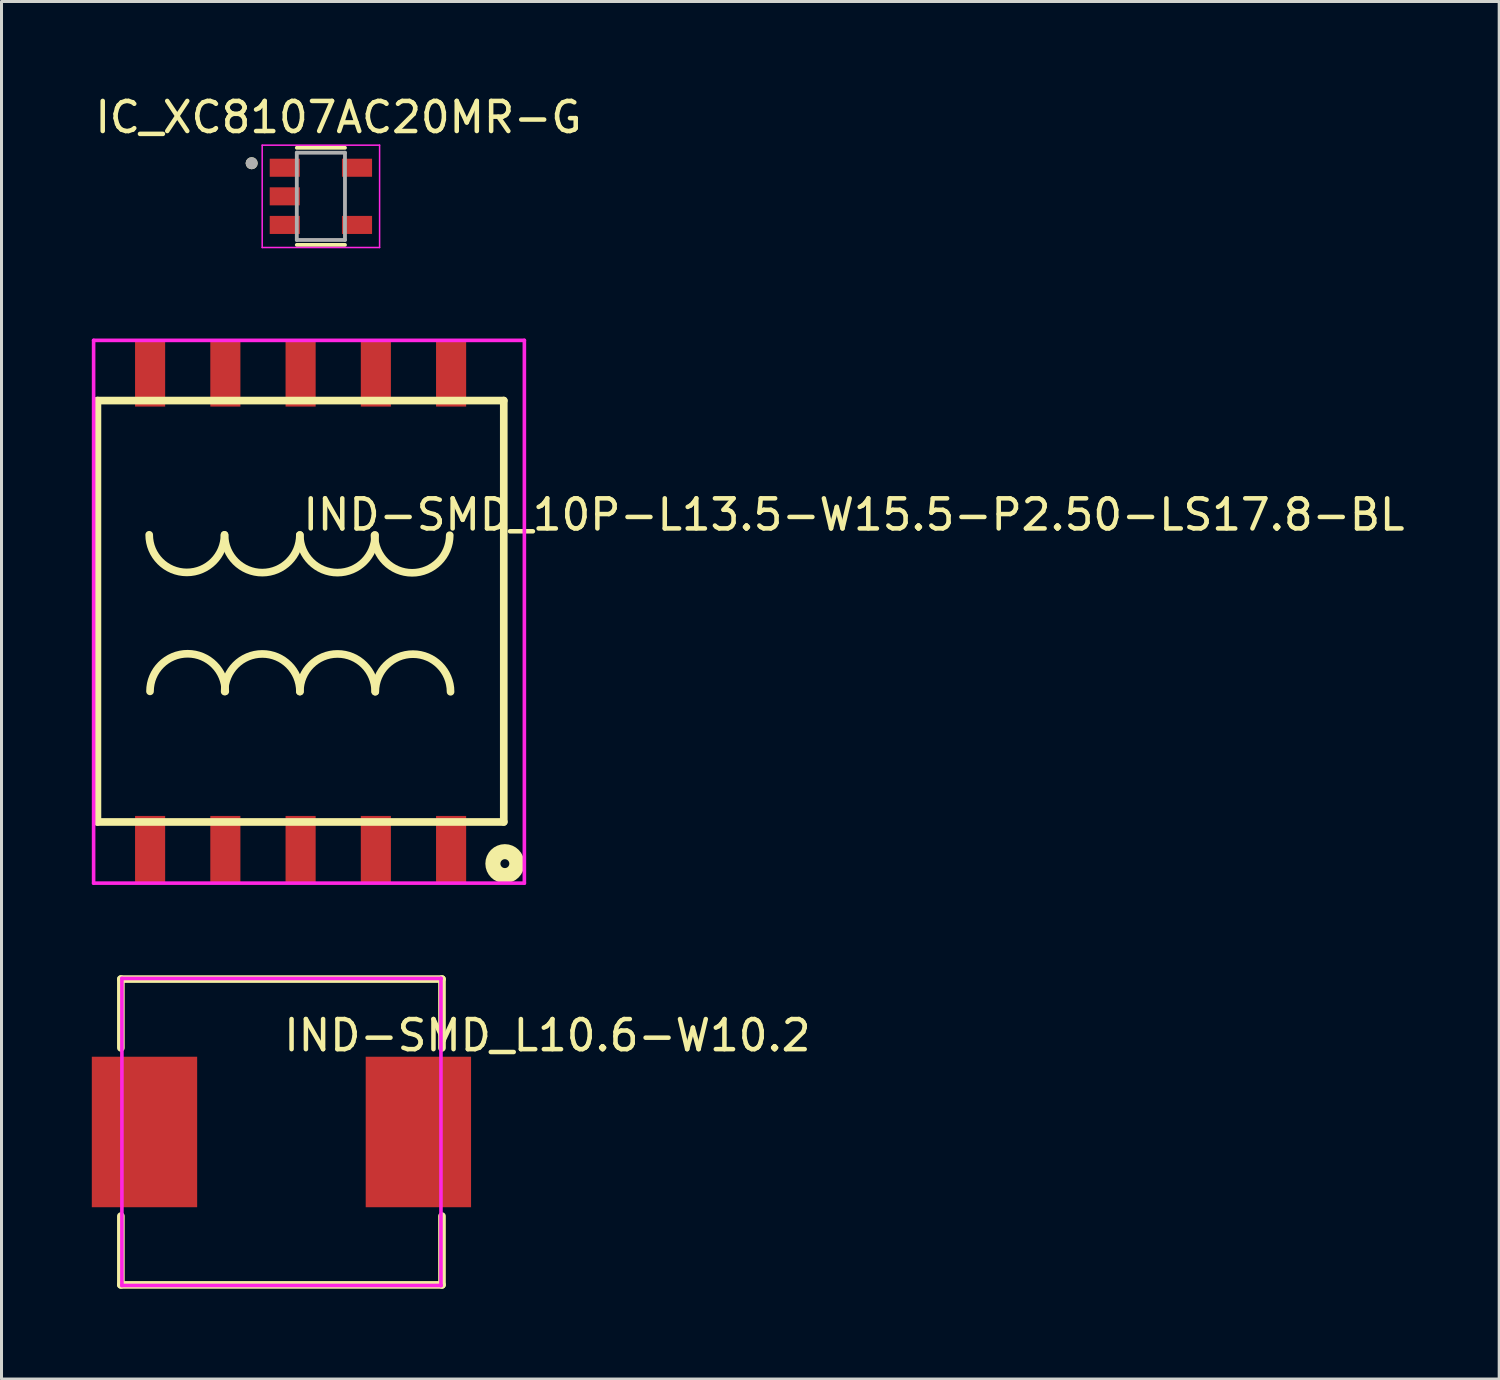
<source format=kicad_pcb>
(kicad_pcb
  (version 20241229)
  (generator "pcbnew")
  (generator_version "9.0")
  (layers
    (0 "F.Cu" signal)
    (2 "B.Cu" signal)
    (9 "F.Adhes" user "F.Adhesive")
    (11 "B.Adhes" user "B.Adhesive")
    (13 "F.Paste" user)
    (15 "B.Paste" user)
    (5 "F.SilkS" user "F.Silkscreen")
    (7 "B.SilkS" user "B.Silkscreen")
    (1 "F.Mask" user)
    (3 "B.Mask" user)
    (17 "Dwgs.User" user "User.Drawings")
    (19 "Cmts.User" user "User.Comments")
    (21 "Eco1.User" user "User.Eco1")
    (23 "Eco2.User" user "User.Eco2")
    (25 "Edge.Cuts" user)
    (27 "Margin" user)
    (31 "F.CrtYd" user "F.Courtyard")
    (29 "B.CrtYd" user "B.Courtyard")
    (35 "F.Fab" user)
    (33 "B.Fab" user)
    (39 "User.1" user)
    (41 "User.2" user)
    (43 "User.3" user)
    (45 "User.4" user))
  (footprint "IND-SMD_L10.6-W10.2"
    (layer "F.Cu")
    (at 6.3 34.558)
    (property "Reference" "IND-SMD_L10.6-W10.2" (at 0 -3.207 0) (layer "F.SilkS") (effects (font (size 1 1) (thickness 0.15)) (justify left)))
    (attr through_hole)
    (fp_line (start -5.334 -5.08) (end 5.334 -5.08) (stroke (width 0.254) (type solid)) (layer "F.SilkS"))
    (fp_line (start -5.334 -2.794) (end -5.334 -5.08) (stroke (width 0.254) (type solid)) (layer "F.SilkS"))
    (fp_line (start -5.334 5.08) (end -5.334 2.794) (stroke (width 0.254) (type solid)) (layer "F.SilkS"))
    (fp_line (start 5.334 -5.08) (end 5.334 -2.794) (stroke (width 0.254) (type solid)) (layer "F.SilkS"))
    (fp_line (start 5.334 2.794) (end 5.334 5.08) (stroke (width 0.254) (type solid)) (layer "F.SilkS"))
    (fp_line (start 5.334 5.08) (end -5.334 5.08) (stroke (width 0.254) (type solid)) (layer "F.SilkS"))
    (fp_circle (center -5.3 5.1) (end -5.27 5.1) (stroke (width 0.06) (type solid)) (fill no) (layer "Eco2.User"))
    (fp_poly (pts (xy -5.3 -1.5) (xy -3.3 -1.5) (xy -3.3 1.5) (xy -5.3 1.5)) (stroke (width 0.12) (type solid)) (fill no) (layer "Eco2.User"))
    (fp_poly (pts (xy 3.3 -1.5) (xy 5.3 -1.5) (xy 5.3 1.5) (xy 3.3 1.5)) (stroke (width 0.12) (type solid)) (fill no) (layer "Eco2.User"))
    (fp_line (start -5.3 -5.1) (end -5.3 5.1) (stroke (width 0.12) (type solid)) (layer "F.CrtYd"))
    (fp_line (start -5.3 5.1) (end 5.3 5.1) (stroke (width 0.12) (type solid)) (layer "F.CrtYd"))
    (fp_line (start 5.3 -5.1) (end -5.3 -5.1) (stroke (width 0.12) (type solid)) (layer "F.CrtYd"))
    (fp_line (start 5.3 -5.1) (end 5.3 -5.1) (stroke (width 0.12) (type solid)) (layer "F.CrtYd"))
    (fp_line (start 5.3 5.1) (end 5.3 -5.1) (stroke (width 0.12) (type solid)) (layer "F.CrtYd"))
    (fp_line (start 5.3 5.1) (end 5.3 5.1) (stroke (width 0.12) (type solid)) (layer "F.CrtYd"))
    (pad "1" smd rect (at -4.55 0) (size 3.5 5) (layers "F.Cu" "F.Mask" "F.Paste"))
    (pad "2" smd rect (at 4.55 0) (size 3.5 5) (layers "F.Cu" "F.Mask" "F.Paste")))
  (footprint "IC_XC8107AC20MR-G"
    (layer "F.Cu")
    (at 7.611 3.473)
    (property "Reference" "IC_XC8107AC20MR-G" (at 0.585 -2.625 0) (layer "F.SilkS") (effects (font (size 1 1) (thickness 0.15))))
    (attr smd)
    (fp_line (start -0.8 -1.613) (end 0.8 -1.613) (stroke (width 0.127) (type solid)) (layer "F.SilkS"))
    (fp_line (start -0.8 1.613) (end 0.8 1.613) (stroke (width 0.127) (type solid)) (layer "F.SilkS"))
    (fp_circle (center -2.3 -1.1) (end -2.2 -1.1) (stroke (width 0.2) (type solid)) (fill no) (layer "F.SilkS"))
    (fp_line (start -1.95 -1.7) (end 1.95 -1.7) (stroke (width 0.05) (type solid)) (layer "F.CrtYd"))
    (fp_line (start -1.95 1.7) (end -1.95 -1.7) (stroke (width 0.05) (type solid)) (layer "F.CrtYd"))
    (fp_line (start 1.95 -1.7) (end 1.95 1.7) (stroke (width 0.05) (type solid)) (layer "F.CrtYd"))
    (fp_line (start 1.95 1.7) (end -1.95 1.7) (stroke (width 0.05) (type solid)) (layer "F.CrtYd"))
    (fp_line (start -0.8 -1.45) (end 0.8 -1.45) (stroke (width 0.127) (type solid)) (layer "F.Fab"))
    (fp_line (start -0.8 1.45) (end -0.8 -1.45) (stroke (width 0.127) (type solid)) (layer "F.Fab"))
    (fp_line (start 0.8 -1.45) (end 0.8 1.45) (stroke (width 0.127) (type solid)) (layer "F.Fab"))
    (fp_line (start 0.8 1.45) (end -0.8 1.45) (stroke (width 0.127) (type solid)) (layer "F.Fab"))
    (fp_circle (center -2.3 -1.1) (end -2.2 -1.1) (stroke (width 0.2) (type solid)) (fill no) (layer "F.Fab"))
    (pad "1" smd rect (at -1.2 -0.95) (size 1 0.6) (layers "F.Cu" "F.Mask" "F.Paste"))
    (pad "2" smd rect (at -1.2 0) (size 1 0.6) (layers "F.Cu" "F.Mask" "F.Paste"))
    (pad "3" smd rect (at -1.2 0.95) (size 1 0.6) (layers "F.Cu" "F.Mask" "F.Paste"))
    (pad "4" smd rect (at 1.2 0.95) (size 1 0.6) (layers "F.Cu" "F.Mask" "F.Paste"))
    (pad "5" smd rect (at 1.2 -0.95) (size 1 0.6) (layers "F.Cu" "F.Mask" "F.Paste")))
  (footprint "IND-SMD_10P-L13.5-W15.5-P2.50-LS17.8-BL"
    (layer "F.Cu")
    (at 6.937 17.258)
    (property "Reference" "IND-SMD_10P-L13.5-W15.5-P2.50-LS17.8-BL" (at 0 -3.207 0) (layer "F.SilkS") (effects (font (size 1 1) (thickness 0.15)) (justify left)))
    (attr through_hole)
    (fp_line (start -6.75 -7) (end 6.75 -7) (stroke (width 0.254) (type solid)) (layer "F.SilkS"))
    (fp_line (start -6.75 7) (end -6.75 -7) (stroke (width 0.254) (type solid)) (layer "F.SilkS"))
    (fp_line (start 6.75 -7) (end 6.75 7) (stroke (width 0.254) (type solid)) (layer "F.SilkS"))
    (fp_line (start 6.75 7) (end -6.75 7) (stroke (width 0.254) (type solid)) (layer "F.SilkS"))
    (fp_arc (start -5.003003 2.661269) (mid -3.752634 1.405986) (end -2.503 2.662) (stroke (width 0.254) (type solid)) (layer "F.SilkS"))
    (fp_arc (start -2.529997 -2.540269) (mid -3.780366 -1.284986) (end -5.03 -2.541) (stroke (width 0.254) (type solid)) (layer "F.SilkS"))
    (fp_arc (start -2.522994 2.668269) (mid -1.273635 1.41199) (end -0.023 2.667) (stroke (width 0.254) (type solid)) (layer "F.SilkS"))
    (fp_arc (start -0.025006 -2.534269) (mid -1.274365 -1.27799) (end -2.525 -2.533) (stroke (width 0.254) (type solid)) (layer "F.SilkS"))
    (fp_arc (start -0.022994 2.668269) (mid 1.226365 1.41199) (end 2.477 2.667) (stroke (width 0.254) (type solid)) (layer "F.SilkS"))
    (fp_arc (start 2.474994 -2.534269) (mid 1.225635 -1.27799) (end -0.025 -2.533) (stroke (width 0.254) (type solid)) (layer "F.SilkS"))
    (fp_arc (start 2.481997 2.674269) (mid 3.732366 1.418986) (end 4.982 2.675) (stroke (width 0.254) (type solid)) (layer "F.SilkS"))
    (fp_arc (start 4.955003 -2.527269) (mid 3.704634 -1.271986) (end 2.455 -2.528) (stroke (width 0.254) (type solid)) (layer "F.SilkS"))
    (fp_circle (center 6.786 8.385) (end 7.184 8.385) (stroke (width 0.5) (type solid)) (fill no) (layer "F.SilkS"))
    (fp_circle (center 7.434 9.033) (end 7.464 9.033) (stroke (width 0.06) (type solid)) (fill no) (layer "Eco2.User"))
    (fp_poly (pts (xy -4.5 -9) (xy -5.5 -9) (xy -5.5 -6.8) (xy -4.5 -6.8)) (stroke (width 0.12) (type solid)) (fill no) (layer "Eco2.User"))
    (fp_poly (pts (xy -4.5 6.8) (xy -5.5 6.8) (xy -5.5 9) (xy -4.5 9)) (stroke (width 0.12) (type solid)) (fill no) (layer "Eco2.User"))
    (fp_poly (pts (xy -2 -9) (xy -3 -9) (xy -3 -6.8) (xy -2 -6.8)) (stroke (width 0.12) (type solid)) (fill no) (layer "Eco2.User"))
    (fp_poly (pts (xy -2 6.8) (xy -3 6.8) (xy -3 9) (xy -2 9)) (stroke (width 0.12) (type solid)) (fill no) (layer "Eco2.User"))
    (fp_poly (pts (xy 0.5 -9) (xy -0.5 -9) (xy -0.5 -6.8) (xy 0.5 -6.8)) (stroke (width 0.12) (type solid)) (fill no) (layer "Eco2.User"))
    (fp_poly (pts (xy 0.5 6.8) (xy -0.5 6.8) (xy -0.5 9) (xy 0.5 9)) (stroke (width 0.12) (type solid)) (fill no) (layer "Eco2.User"))
    (fp_poly (pts (xy 3 -9) (xy 2 -9) (xy 2 -6.8) (xy 3 -6.8)) (stroke (width 0.12) (type solid)) (fill no) (layer "Eco2.User"))
    (fp_poly (pts (xy 3 6.8) (xy 2 6.8) (xy 2 9) (xy 3 9)) (stroke (width 0.12) (type solid)) (fill no) (layer "Eco2.User"))
    (fp_poly (pts (xy 5.5 -9) (xy 4.5 -9) (xy 4.5 -6.8) (xy 5.5 -6.8)) (stroke (width 0.12) (type solid)) (fill no) (layer "Eco2.User"))
    (fp_poly (pts (xy 5.5 6.8) (xy 4.5 6.8) (xy 4.5 9) (xy 5.5 9)) (stroke (width 0.12) (type solid)) (fill no) (layer "Eco2.User"))
    (fp_line (start -6.877 -9) (end 7.434 -9) (stroke (width 0.12) (type solid)) (layer "F.CrtYd"))
    (fp_line (start -6.877 9.033) (end -6.877 -9) (stroke (width 0.12) (type solid)) (layer "F.CrtYd"))
    (fp_line (start 7.434 -9) (end 7.434 9.033) (stroke (width 0.12) (type solid)) (layer "F.CrtYd"))
    (fp_line (start 7.434 9.033) (end -6.877 9.033) (stroke (width 0.12) (type solid)) (layer "F.CrtYd"))
    (pad "1" smd rect (at 5 7.9) (size 1 2.2) (layers "F.Cu" "F.Mask" "F.Paste"))
    (pad "2" smd rect (at 2.5 7.9) (size 1 2.2) (layers "F.Cu" "F.Mask" "F.Paste"))
    (pad "3" smd rect (at 0 7.9) (size 1 2.2) (layers "F.Cu" "F.Mask" "F.Paste"))
    (pad "4" smd rect (at -2.5 7.9) (size 1 2.2) (layers "F.Cu" "F.Mask" "F.Paste"))
    (pad "5" smd rect (at -5 7.9) (size 1 2.2) (layers "F.Cu" "F.Mask" "F.Paste"))
    (pad "6" smd rect (at -5 -7.9) (size 1 2.2) (layers "F.Cu" "F.Mask" "F.Paste"))
    (pad "7" smd rect (at -2.5 -7.9) (size 1 2.2) (layers "F.Cu" "F.Mask" "F.Paste"))
    (pad "8" smd rect (at 0 -7.9) (size 1 2.2) (layers "F.Cu" "F.Mask" "F.Paste"))
    (pad "9" smd rect (at 2.5 -7.9) (size 1 2.2) (layers "F.Cu" "F.Mask" "F.Paste"))
    (pad "10" smd rect (at 5 -7.9) (size 1 2.2) (layers "F.Cu" "F.Mask" "F.Paste")))
  (gr_rect
    (start -3 -3)
    (end 46.758 42.765)
    (stroke (width 0.1) (type default))
    (fill no)
    (layer "Edge.Cuts")))
</source>
